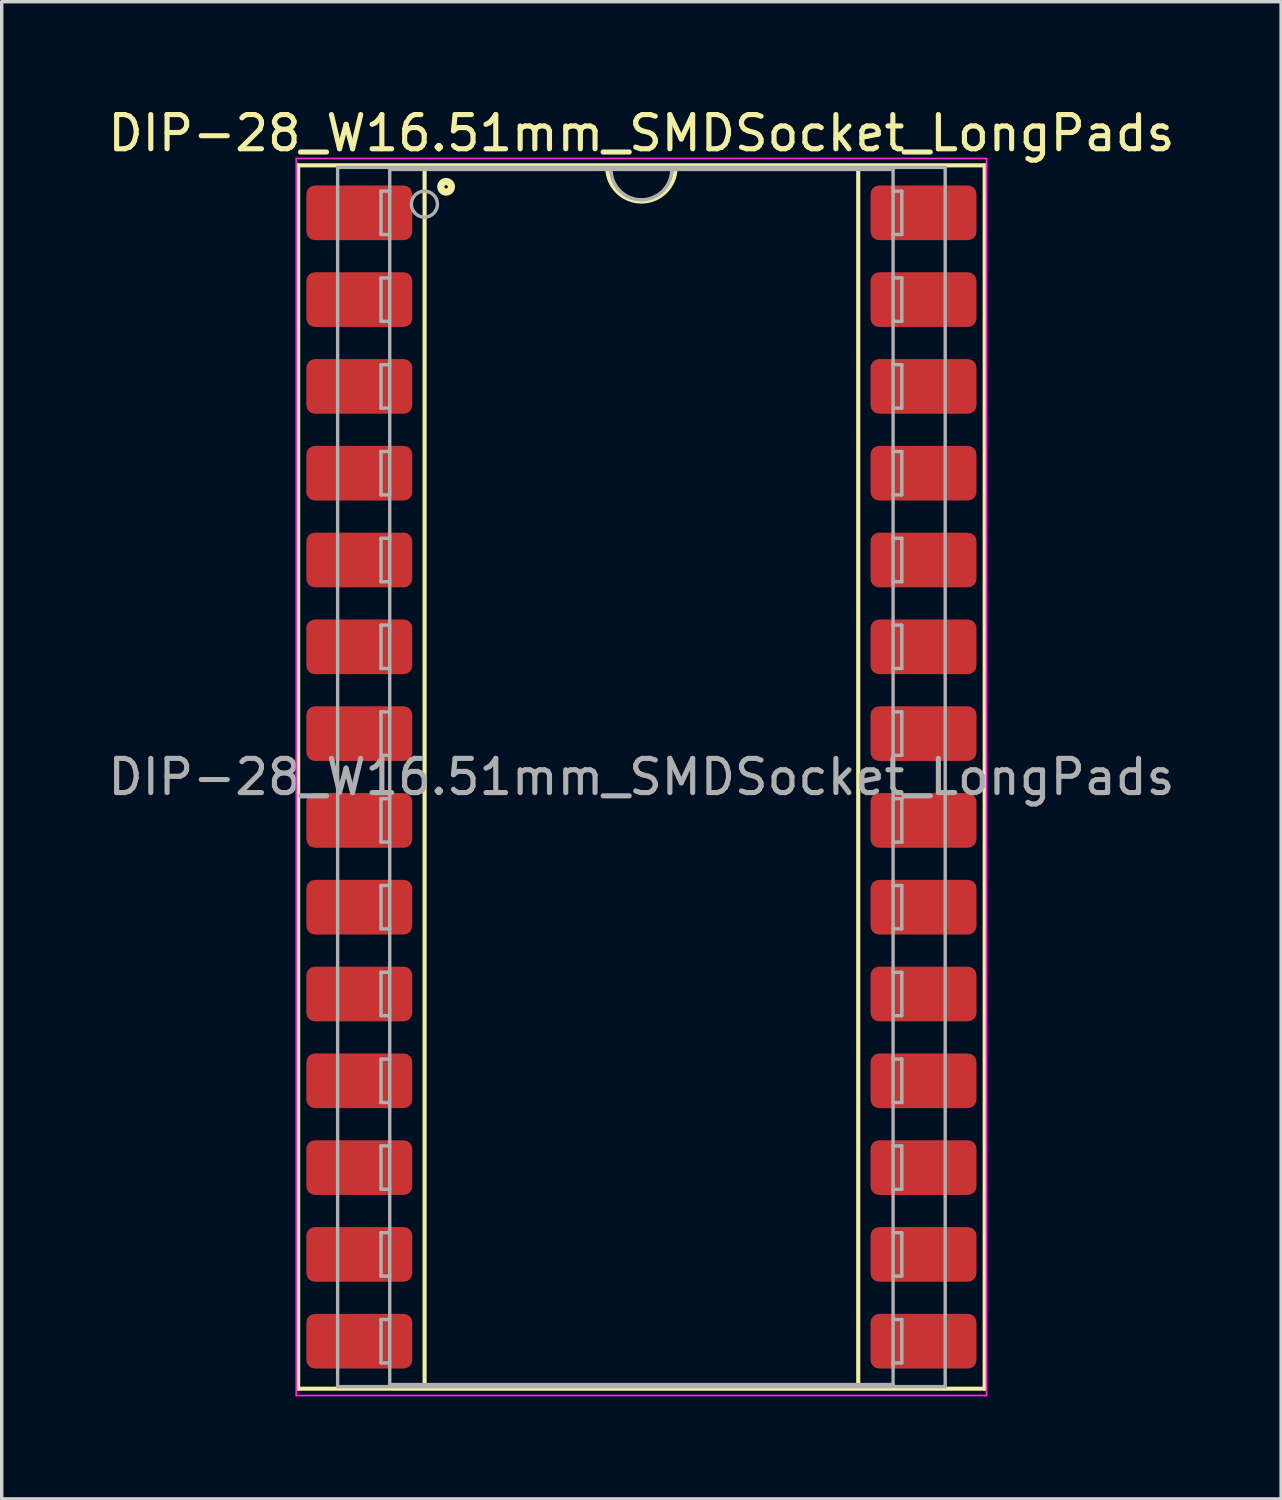
<source format=kicad_pcb>
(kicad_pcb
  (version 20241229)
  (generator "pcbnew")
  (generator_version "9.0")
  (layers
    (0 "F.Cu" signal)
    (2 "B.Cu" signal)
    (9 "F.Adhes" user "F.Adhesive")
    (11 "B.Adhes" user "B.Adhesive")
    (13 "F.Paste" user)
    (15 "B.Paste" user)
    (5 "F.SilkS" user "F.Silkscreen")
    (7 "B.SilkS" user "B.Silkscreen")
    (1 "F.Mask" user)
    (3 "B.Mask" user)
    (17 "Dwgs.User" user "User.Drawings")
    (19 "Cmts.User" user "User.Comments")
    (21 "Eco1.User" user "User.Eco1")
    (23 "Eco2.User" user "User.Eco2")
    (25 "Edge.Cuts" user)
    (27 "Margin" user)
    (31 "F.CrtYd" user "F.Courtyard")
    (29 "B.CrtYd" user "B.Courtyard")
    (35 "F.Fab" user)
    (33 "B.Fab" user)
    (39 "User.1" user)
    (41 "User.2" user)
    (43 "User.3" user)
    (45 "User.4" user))
  (footprint "DIP-28_W16.51mm_SMDSocket_LongPads"
    (layer "F.Cu")
    (at 15.72 19.688)
    (property "Reference" "DIP-28_W16.51mm_SMDSocket_LongPads" (at 0 -18.84 0) (layer "F.SilkS") (effects (font (size 1 1) (thickness 0.15))))
    (attr smd)
    (fp_line (start -10.045 -17.9) (end -10.045 17.9) (stroke (width 0.12) (type solid)) (layer "F.SilkS"))
    (fp_line (start -10.045 17.9) (end 10.045 17.9) (stroke (width 0.12) (type solid)) (layer "F.SilkS"))
    (fp_line (start -6.345 -17.84) (end -6.345 17.84) (stroke (width 0.12) (type solid)) (layer "F.SilkS"))
    (fp_line (start -6.345 17.84) (end 6.345 17.84) (stroke (width 0.12) (type solid)) (layer "F.SilkS"))
    (fp_line (start -1 -17.84) (end -6.345 -17.84) (stroke (width 0.12) (type solid)) (layer "F.SilkS"))
    (fp_line (start 6.345 -17.84) (end 1 -17.84) (stroke (width 0.12) (type solid)) (layer "F.SilkS"))
    (fp_line (start 6.345 17.84) (end 6.345 -17.84) (stroke (width 0.12) (type solid)) (layer "F.SilkS"))
    (fp_line (start 10.045 -17.9) (end -10.045 -17.9) (stroke (width 0.12) (type solid)) (layer "F.SilkS"))
    (fp_line (start 10.045 17.9) (end 10.045 -17.9) (stroke (width 0.12) (type solid)) (layer "F.SilkS"))
    (fp_arc (start 1 -17.84) (mid 0 -16.84) (end -1 -17.84) (stroke (width 0.12) (type solid)) (layer "F.SilkS"))
    (fp_circle (center -5.715 -17.272) (end -5.665 -17.272) (stroke (width 0.12) (type solid)) (fill no) (layer "F.SilkS"))
    (fp_circle (center -5.715 -17.272) (end -5.59 -17.272) (stroke (width 0.12) (type solid)) (fill no) (layer "F.SilkS"))
    (fp_circle (center -5.715 -17.272) (end -5.515 -17.272) (stroke (width 0.12) (type solid)) (fill no) (layer "F.SilkS"))
    (fp_line (start -10.1 -18.1) (end -10.1 18.1) (stroke (width 0.05) (type solid)) (layer "F.CrtYd"))
    (fp_line (start -10.1 18.1) (end 10.1 18.1) (stroke (width 0.05) (type solid)) (layer "F.CrtYd"))
    (fp_line (start 10.1 -18.1) (end -10.1 -18.1) (stroke (width 0.05) (type solid)) (layer "F.CrtYd"))
    (fp_line (start 10.1 18.1) (end 10.1 -18.1) (stroke (width 0.05) (type solid)) (layer "F.CrtYd"))
    (fp_line (start -8.89 -17.84) (end -8.89 17.84) (stroke (width 0.1) (type solid)) (layer "F.Fab"))
    (fp_line (start -8.89 17.84) (end 8.89 17.84) (stroke (width 0.1) (type solid)) (layer "F.Fab"))
    (fp_line (start -7.62 -17.145) (end -7.62 -15.875) (stroke (width 0.1) (type solid)) (layer "F.Fab"))
    (fp_line (start -7.62 -17.145) (end -7.366 -17.145) (stroke (width 0.1) (type solid)) (layer "F.Fab"))
    (fp_line (start -7.62 -15.875) (end -7.366 -15.875) (stroke (width 0.1) (type solid)) (layer "F.Fab"))
    (fp_line (start -7.62 -14.605) (end -7.62 -13.335) (stroke (width 0.1) (type solid)) (layer "F.Fab"))
    (fp_line (start -7.62 -14.605) (end -7.366 -14.605) (stroke (width 0.1) (type solid)) (layer "F.Fab"))
    (fp_line (start -7.62 -13.335) (end -7.366 -13.335) (stroke (width 0.1) (type solid)) (layer "F.Fab"))
    (fp_line (start -7.62 -12.065) (end -7.62 -10.795) (stroke (width 0.1) (type solid)) (layer "F.Fab"))
    (fp_line (start -7.62 -12.065) (end -7.366 -12.065) (stroke (width 0.1) (type solid)) (layer "F.Fab"))
    (fp_line (start -7.62 -10.795) (end -7.366 -10.795) (stroke (width 0.1) (type solid)) (layer "F.Fab"))
    (fp_line (start -7.62 -9.525) (end -7.62 -8.255) (stroke (width 0.1) (type solid)) (layer "F.Fab"))
    (fp_line (start -7.62 -9.525) (end -7.366 -9.525) (stroke (width 0.1) (type solid)) (layer "F.Fab"))
    (fp_line (start -7.62 -8.255) (end -7.366 -8.255) (stroke (width 0.1) (type solid)) (layer "F.Fab"))
    (fp_line (start -7.62 -6.985) (end -7.62 -5.715) (stroke (width 0.1) (type solid)) (layer "F.Fab"))
    (fp_line (start -7.62 -6.985) (end -7.366 -6.985) (stroke (width 0.1) (type solid)) (layer "F.Fab"))
    (fp_line (start -7.62 -5.715) (end -7.366 -5.715) (stroke (width 0.1) (type solid)) (layer "F.Fab"))
    (fp_line (start -7.62 -4.445) (end -7.62 -3.175) (stroke (width 0.1) (type solid)) (layer "F.Fab"))
    (fp_line (start -7.62 -4.445) (end -7.366 -4.445) (stroke (width 0.1) (type solid)) (layer "F.Fab"))
    (fp_line (start -7.62 -3.175) (end -7.366 -3.175) (stroke (width 0.1) (type solid)) (layer "F.Fab"))
    (fp_line (start -7.62 -1.905) (end -7.62 -0.635) (stroke (width 0.1) (type solid)) (layer "F.Fab"))
    (fp_line (start -7.62 -1.905) (end -7.366 -1.905) (stroke (width 0.1) (type solid)) (layer "F.Fab"))
    (fp_line (start -7.62 -0.635) (end -7.366 -0.635) (stroke (width 0.1) (type solid)) (layer "F.Fab"))
    (fp_line (start -7.62 0.635) (end -7.62 1.905) (stroke (width 0.1) (type solid)) (layer "F.Fab"))
    (fp_line (start -7.62 0.635) (end -7.366 0.635) (stroke (width 0.1) (type solid)) (layer "F.Fab"))
    (fp_line (start -7.62 1.905) (end -7.366 1.905) (stroke (width 0.1) (type solid)) (layer "F.Fab"))
    (fp_line (start -7.62 3.175) (end -7.62 4.445) (stroke (width 0.1) (type solid)) (layer "F.Fab"))
    (fp_line (start -7.62 3.175) (end -7.366 3.175) (stroke (width 0.1) (type solid)) (layer "F.Fab"))
    (fp_line (start -7.62 4.445) (end -7.366 4.445) (stroke (width 0.1) (type solid)) (layer "F.Fab"))
    (fp_line (start -7.62 5.715) (end -7.62 6.985) (stroke (width 0.1) (type solid)) (layer "F.Fab"))
    (fp_line (start -7.62 5.715) (end -7.366 5.715) (stroke (width 0.1) (type solid)) (layer "F.Fab"))
    (fp_line (start -7.62 6.985) (end -7.366 6.985) (stroke (width 0.1) (type solid)) (layer "F.Fab"))
    (fp_line (start -7.62 8.255) (end -7.62 9.525) (stroke (width 0.1) (type solid)) (layer "F.Fab"))
    (fp_line (start -7.62 8.255) (end -7.366 8.255) (stroke (width 0.1) (type solid)) (layer "F.Fab"))
    (fp_line (start -7.62 9.525) (end -7.366 9.525) (stroke (width 0.1) (type solid)) (layer "F.Fab"))
    (fp_line (start -7.62 10.795) (end -7.62 12.065) (stroke (width 0.1) (type solid)) (layer "F.Fab"))
    (fp_line (start -7.62 10.795) (end -7.366 10.795) (stroke (width 0.1) (type solid)) (layer "F.Fab"))
    (fp_line (start -7.62 12.065) (end -7.366 12.065) (stroke (width 0.1) (type solid)) (layer "F.Fab"))
    (fp_line (start -7.62 13.335) (end -7.62 14.605) (stroke (width 0.1) (type solid)) (layer "F.Fab"))
    (fp_line (start -7.62 13.335) (end -7.366 13.335) (stroke (width 0.1) (type solid)) (layer "F.Fab"))
    (fp_line (start -7.62 14.605) (end -7.366 14.605) (stroke (width 0.1) (type solid)) (layer "F.Fab"))
    (fp_line (start -7.62 15.875) (end -7.62 17.145) (stroke (width 0.1) (type solid)) (layer "F.Fab"))
    (fp_line (start -7.62 15.875) (end -7.366 15.875) (stroke (width 0.1) (type solid)) (layer "F.Fab"))
    (fp_line (start -7.62 17.145) (end -7.366 17.145) (stroke (width 0.1) (type solid)) (layer "F.Fab"))
    (fp_line (start -7.365 -17.78) (end 7.365 -17.78) (stroke (width 0.1) (type solid)) (layer "F.Fab"))
    (fp_line (start -7.365 17.78) (end -7.365 -17.78) (stroke (width 0.1) (type solid)) (layer "F.Fab"))
    (fp_line (start 7.365 -17.78) (end 7.365 17.78) (stroke (width 0.1) (type solid)) (layer "F.Fab"))
    (fp_line (start 7.365 17.78) (end -7.365 17.78) (stroke (width 0.1) (type solid)) (layer "F.Fab"))
    (fp_line (start 7.62 -17.145) (end 7.366 -17.145) (stroke (width 0.1) (type solid)) (layer "F.Fab"))
    (fp_line (start 7.62 -15.875) (end 7.366 -15.875) (stroke (width 0.1) (type solid)) (layer "F.Fab"))
    (fp_line (start 7.62 -15.875) (end 7.62 -17.145) (stroke (width 0.1) (type solid)) (layer "F.Fab"))
    (fp_line (start 7.62 -14.605) (end 7.366 -14.605) (stroke (width 0.1) (type solid)) (layer "F.Fab"))
    (fp_line (start 7.62 -13.335) (end 7.366 -13.335) (stroke (width 0.1) (type solid)) (layer "F.Fab"))
    (fp_line (start 7.62 -13.335) (end 7.62 -14.605) (stroke (width 0.1) (type solid)) (layer "F.Fab"))
    (fp_line (start 7.62 -12.065) (end 7.366 -12.065) (stroke (width 0.1) (type solid)) (layer "F.Fab"))
    (fp_line (start 7.62 -10.795) (end 7.366 -10.795) (stroke (width 0.1) (type solid)) (layer "F.Fab"))
    (fp_line (start 7.62 -10.795) (end 7.62 -12.065) (stroke (width 0.1) (type solid)) (layer "F.Fab"))
    (fp_line (start 7.62 -9.525) (end 7.366 -9.525) (stroke (width 0.1) (type solid)) (layer "F.Fab"))
    (fp_line (start 7.62 -8.255) (end 7.366 -8.255) (stroke (width 0.1) (type solid)) (layer "F.Fab"))
    (fp_line (start 7.62 -8.255) (end 7.62 -9.525) (stroke (width 0.1) (type solid)) (layer "F.Fab"))
    (fp_line (start 7.62 -6.985) (end 7.366 -6.985) (stroke (width 0.1) (type solid)) (layer "F.Fab"))
    (fp_line (start 7.62 -5.715) (end 7.366 -5.715) (stroke (width 0.1) (type solid)) (layer "F.Fab"))
    (fp_line (start 7.62 -5.715) (end 7.62 -6.985) (stroke (width 0.1) (type solid)) (layer "F.Fab"))
    (fp_line (start 7.62 -4.445) (end 7.366 -4.445) (stroke (width 0.1) (type solid)) (layer "F.Fab"))
    (fp_line (start 7.62 -3.175) (end 7.366 -3.175) (stroke (width 0.1) (type solid)) (layer "F.Fab"))
    (fp_line (start 7.62 -3.175) (end 7.62 -4.445) (stroke (width 0.1) (type solid)) (layer "F.Fab"))
    (fp_line (start 7.62 -1.905) (end 7.366 -1.905) (stroke (width 0.1) (type solid)) (layer "F.Fab"))
    (fp_line (start 7.62 -0.635) (end 7.366 -0.635) (stroke (width 0.1) (type solid)) (layer "F.Fab"))
    (fp_line (start 7.62 -0.635) (end 7.62 -1.905) (stroke (width 0.1) (type solid)) (layer "F.Fab"))
    (fp_line (start 7.62 0.635) (end 7.366 0.635) (stroke (width 0.1) (type solid)) (layer "F.Fab"))
    (fp_line (start 7.62 1.905) (end 7.366 1.905) (stroke (width 0.1) (type solid)) (layer "F.Fab"))
    (fp_line (start 7.62 1.905) (end 7.62 0.635) (stroke (width 0.1) (type solid)) (layer "F.Fab"))
    (fp_line (start 7.62 3.175) (end 7.366 3.175) (stroke (width 0.1) (type solid)) (layer "F.Fab"))
    (fp_line (start 7.62 4.445) (end 7.366 4.445) (stroke (width 0.1) (type solid)) (layer "F.Fab"))
    (fp_line (start 7.62 4.445) (end 7.62 3.175) (stroke (width 0.1) (type solid)) (layer "F.Fab"))
    (fp_line (start 7.62 5.715) (end 7.366 5.715) (stroke (width 0.1) (type solid)) (layer "F.Fab"))
    (fp_line (start 7.62 6.985) (end 7.366 6.985) (stroke (width 0.1) (type solid)) (layer "F.Fab"))
    (fp_line (start 7.62 6.985) (end 7.62 5.715) (stroke (width 0.1) (type solid)) (layer "F.Fab"))
    (fp_line (start 7.62 8.255) (end 7.366 8.255) (stroke (width 0.1) (type solid)) (layer "F.Fab"))
    (fp_line (start 7.62 9.525) (end 7.366 9.525) (stroke (width 0.1) (type solid)) (layer "F.Fab"))
    (fp_line (start 7.62 9.525) (end 7.62 8.255) (stroke (width 0.1) (type solid)) (layer "F.Fab"))
    (fp_line (start 7.62 10.795) (end 7.366 10.795) (stroke (width 0.1) (type solid)) (layer "F.Fab"))
    (fp_line (start 7.62 12.065) (end 7.366 12.065) (stroke (width 0.1) (type solid)) (layer "F.Fab"))
    (fp_line (start 7.62 12.065) (end 7.62 10.795) (stroke (width 0.1) (type solid)) (layer "F.Fab"))
    (fp_line (start 7.62 13.335) (end 7.366 13.335) (stroke (width 0.1) (type solid)) (layer "F.Fab"))
    (fp_line (start 7.62 14.605) (end 7.366 14.605) (stroke (width 0.1) (type solid)) (layer "F.Fab"))
    (fp_line (start 7.62 14.605) (end 7.62 13.335) (stroke (width 0.1) (type solid)) (layer "F.Fab"))
    (fp_line (start 7.62 15.875) (end 7.366 15.875) (stroke (width 0.1) (type solid)) (layer "F.Fab"))
    (fp_line (start 7.62 17.145) (end 7.366 17.145) (stroke (width 0.1) (type solid)) (layer "F.Fab"))
    (fp_line (start 7.62 17.145) (end 7.62 15.875) (stroke (width 0.1) (type solid)) (layer "F.Fab"))
    (fp_line (start 8.89 -17.84) (end -8.89 -17.84) (stroke (width 0.1) (type solid)) (layer "F.Fab"))
    (fp_line (start 8.89 17.84) (end 8.89 -17.84) (stroke (width 0.1) (type solid)) (layer "F.Fab"))
    (fp_arc (start 0.889 -17.78) (mid 0 -16.891) (end -0.889 -17.78) (stroke (width 0.1) (type solid)) (layer "F.Fab"))
    (fp_circle (center -6.35 -16.764) (end -5.969 -16.764) (stroke (width 0.1) (type solid)) (fill no) (layer "F.Fab"))
    (fp_text user "${REFERENCE}" (at 0 0 0) (layer "F.Fab") (effects (font (size 1 1) (thickness 0.15))))
    (pad "1" smd roundrect (at -8.255 -16.51) (size 3.1 1.6) (layers "F.Cu" "F.Mask" "F.Paste") (roundrect_rratio 0.156))
    (pad "2" smd roundrect (at -8.255 -13.97) (size 3.1 1.6) (layers "F.Cu" "F.Mask" "F.Paste") (roundrect_rratio 0.156))
    (pad "3" smd roundrect (at -8.255 -11.43) (size 3.1 1.6) (layers "F.Cu" "F.Mask" "F.Paste") (roundrect_rratio 0.156))
    (pad "4" smd roundrect (at -8.255 -8.89) (size 3.1 1.6) (layers "F.Cu" "F.Mask" "F.Paste") (roundrect_rratio 0.156))
    (pad "5" smd roundrect (at -8.255 -6.35) (size 3.1 1.6) (layers "F.Cu" "F.Mask" "F.Paste") (roundrect_rratio 0.156))
    (pad "6" smd roundrect (at -8.255 -3.81) (size 3.1 1.6) (layers "F.Cu" "F.Mask" "F.Paste") (roundrect_rratio 0.156))
    (pad "7" smd roundrect (at -8.255 -1.27) (size 3.1 1.6) (layers "F.Cu" "F.Mask" "F.Paste") (roundrect_rratio 0.156))
    (pad "8" smd roundrect (at -8.255 1.27) (size 3.1 1.6) (layers "F.Cu" "F.Mask" "F.Paste") (roundrect_rratio 0.156))
    (pad "9" smd roundrect (at -8.255 3.81) (size 3.1 1.6) (layers "F.Cu" "F.Mask" "F.Paste") (roundrect_rratio 0.156))
    (pad "10" smd roundrect (at -8.255 6.35) (size 3.1 1.6) (layers "F.Cu" "F.Mask" "F.Paste") (roundrect_rratio 0.156))
    (pad "11" smd roundrect (at -8.255 8.89) (size 3.1 1.6) (layers "F.Cu" "F.Mask" "F.Paste") (roundrect_rratio 0.156))
    (pad "12" smd roundrect (at -8.255 11.43) (size 3.1 1.6) (layers "F.Cu" "F.Mask" "F.Paste") (roundrect_rratio 0.156))
    (pad "13" smd roundrect (at -8.255 13.97) (size 3.1 1.6) (layers "F.Cu" "F.Mask" "F.Paste") (roundrect_rratio 0.156))
    (pad "14" smd roundrect (at -8.255 16.51) (size 3.1 1.6) (layers "F.Cu" "F.Mask" "F.Paste") (roundrect_rratio 0.156))
    (pad "15" smd roundrect (at 8.255 16.51) (size 3.1 1.6) (layers "F.Cu" "F.Mask" "F.Paste") (roundrect_rratio 0.156))
    (pad "16" smd roundrect (at 8.255 13.97) (size 3.1 1.6) (layers "F.Cu" "F.Mask" "F.Paste") (roundrect_rratio 0.156))
    (pad "17" smd roundrect (at 8.255 11.43) (size 3.1 1.6) (layers "F.Cu" "F.Mask" "F.Paste") (roundrect_rratio 0.156))
    (pad "18" smd roundrect (at 8.255 8.89) (size 3.1 1.6) (layers "F.Cu" "F.Mask" "F.Paste") (roundrect_rratio 0.156))
    (pad "19" smd roundrect (at 8.255 6.35) (size 3.1 1.6) (layers "F.Cu" "F.Mask" "F.Paste") (roundrect_rratio 0.156))
    (pad "20" smd roundrect (at 8.255 3.81) (size 3.1 1.6) (layers "F.Cu" "F.Mask" "F.Paste") (roundrect_rratio 0.156))
    (pad "21" smd roundrect (at 8.255 1.27) (size 3.1 1.6) (layers "F.Cu" "F.Mask" "F.Paste") (roundrect_rratio 0.156))
    (pad "22" smd roundrect (at 8.255 -1.27) (size 3.1 1.6) (layers "F.Cu" "F.Mask" "F.Paste") (roundrect_rratio 0.156))
    (pad "23" smd roundrect (at 8.255 -3.81) (size 3.1 1.6) (layers "F.Cu" "F.Mask" "F.Paste") (roundrect_rratio 0.156))
    (pad "24" smd roundrect (at 8.255 -6.35) (size 3.1 1.6) (layers "F.Cu" "F.Mask" "F.Paste") (roundrect_rratio 0.156))
    (pad "25" smd roundrect (at 8.255 -8.89) (size 3.1 1.6) (layers "F.Cu" "F.Mask" "F.Paste") (roundrect_rratio 0.156))
    (pad "26" smd roundrect (at 8.255 -11.43) (size 3.1 1.6) (layers "F.Cu" "F.Mask" "F.Paste") (roundrect_rratio 0.156))
    (pad "27" smd roundrect (at 8.255 -13.97) (size 3.1 1.6) (layers "F.Cu" "F.Mask" "F.Paste") (roundrect_rratio 0.156))
    (pad "28" smd roundrect (at 8.255 -16.51) (size 3.1 1.6) (layers "F.Cu" "F.Mask" "F.Paste") (roundrect_rratio 0.156)))
  (gr_rect
    (start -3 -3)
    (end 34.44 40.813)
    (stroke (width 0.1) (type default))
    (fill no)
    (layer "Edge.Cuts")))
</source>
